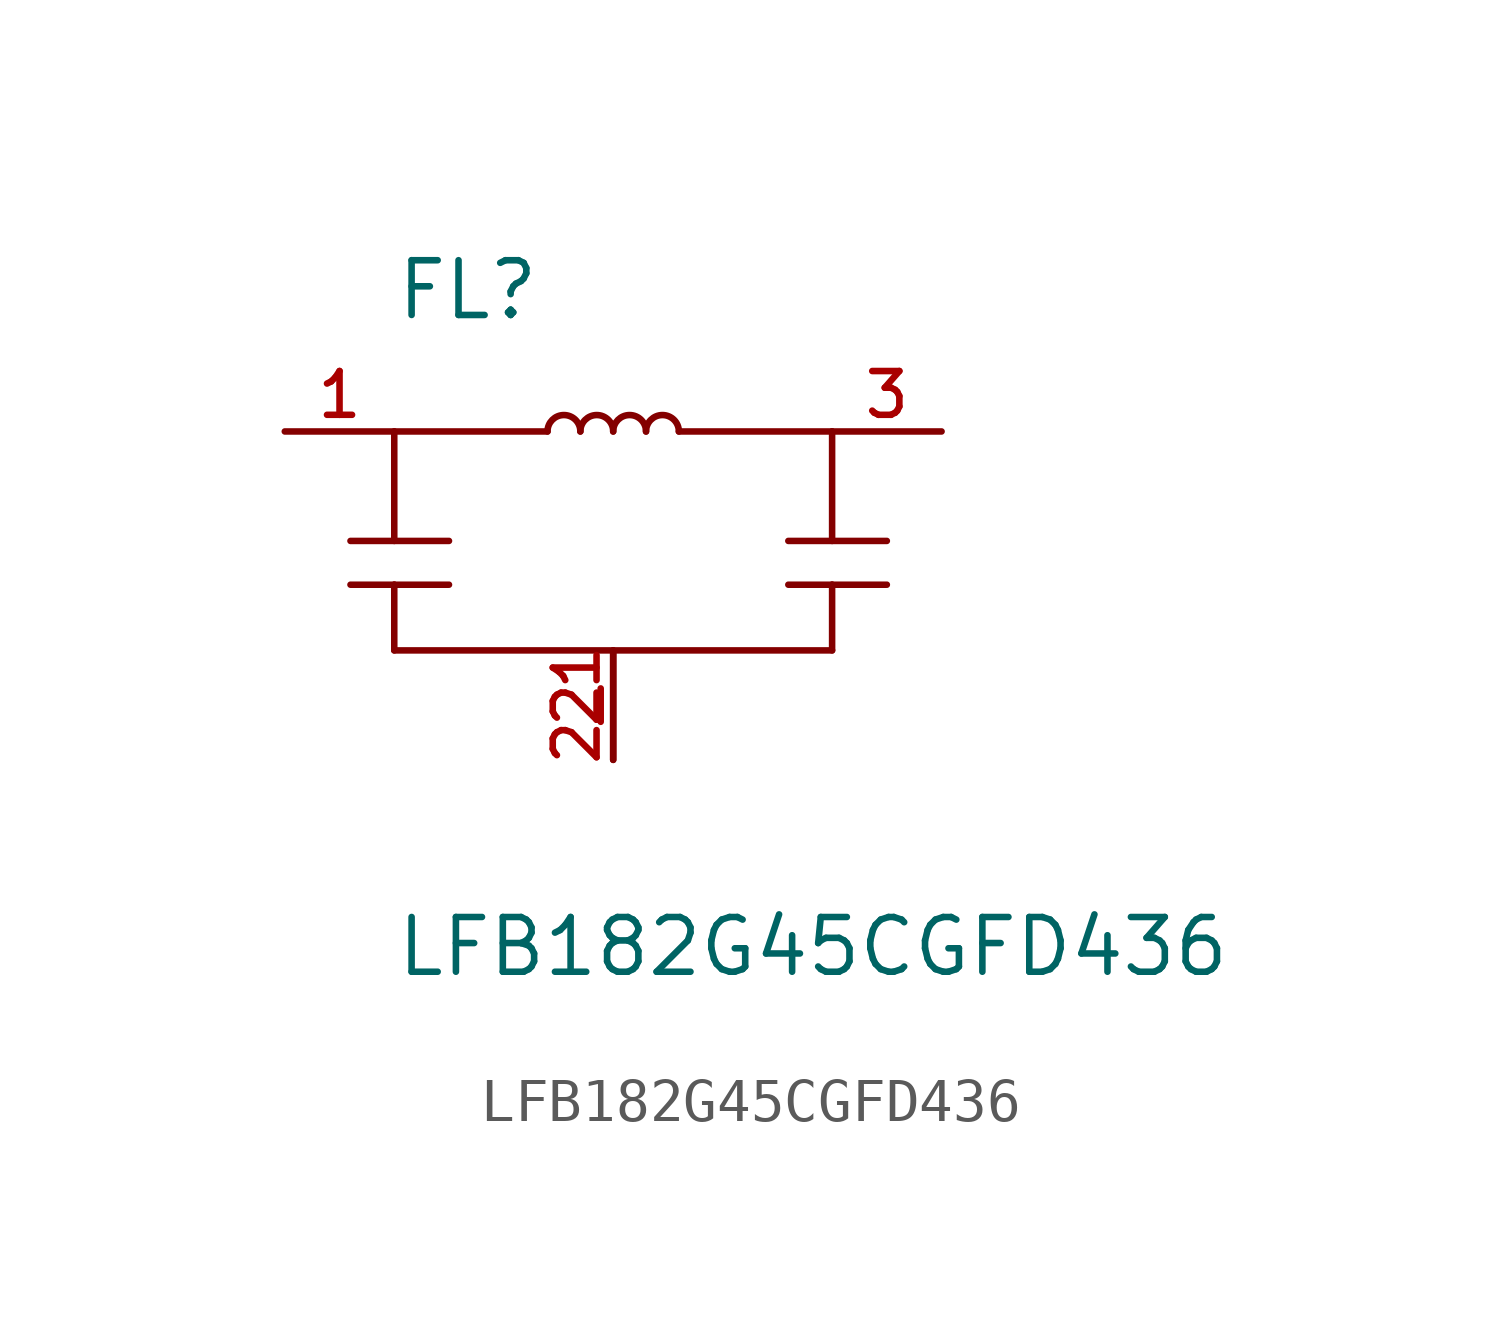
<source format=kicad_sym>
(kicad_symbol_lib
  (version 20211014)
  (generator kicad_symbol_editor)
  (symbol "LFB182G45CGFD436"
    (pin_names
      (offset 1.016) hide)
    (property "Reference" "FL"
      (at -5.08 5.08 0)
      (effects (font (size 1.27 1.27)) (justify left bottom)))
    (property "Value" "LFB182G45CGFD436"
      (at -5.08 -10.16 0)
      (effects (font (size 1.27 1.27)) (justify left bottom)))
    (symbol "LFB182G45CGFD436_0_0"
      (arc (start -0.762 2.54) (mid -1.143 2.921) (end -1.524 2.54) (stroke (width 0.1524) (type default) (color 0 0 0 0)) (fill (type none)))
      (polyline (pts (xy -6.096 -1.016) (xy -5.08 -1.016)) (stroke (width 0.152) (type default) (color 0 0 0 0)) (fill (type none)))
      (polyline (pts (xy -6.096 0) (xy -3.81 0)) (stroke (width 0.152) (type default) (color 0 0 0 0)) (fill (type none)))
      (polyline (pts (xy -5.08 -1.016) (xy -5.08 -2.54)) (stroke (width 0.152) (type default) (color 0 0 0 0)) (fill (type none)))
      (polyline (pts (xy -5.08 -1.016) (xy -3.81 -1.016)) (stroke (width 0.152) (type default) (color 0 0 0 0)) (fill (type none)))
      (polyline (pts (xy -5.08 2.54) (xy -5.08 0)) (stroke (width 0.152) (type default) (color 0 0 0 0)) (fill (type none)))
      (polyline (pts (xy -1.524 2.54) (xy -5.08 2.54)) (stroke (width 0.152) (type default) (color 0 0 0 0)) (fill (type none)))
      (polyline (pts (xy 1.524 2.54) (xy 5.08 2.54)) (stroke (width 0.152) (type default) (color 0 0 0 0)) (fill (type none)))
      (polyline (pts (xy 4.064 -1.016) (xy 5.08 -1.016)) (stroke (width 0.152) (type default) (color 0 0 0 0)) (fill (type none)))
      (polyline (pts (xy 4.064 0) (xy 6.35 0)) (stroke (width 0.152) (type default) (color 0 0 0 0)) (fill (type none)))
      (polyline (pts (xy 5.08 -2.54) (xy -5.08 -2.54)) (stroke (width 0.152) (type default) (color 0 0 0 0)) (fill (type none)))
      (polyline (pts (xy 5.08 -1.016) (xy 5.08 -2.54)) (stroke (width 0.152) (type default) (color 0 0 0 0)) (fill (type none)))
      (polyline (pts (xy 5.08 -1.016) (xy 6.35 -1.016)) (stroke (width 0.152) (type default) (color 0 0 0 0)) (fill (type none)))
      (polyline (pts (xy 5.08 2.54) (xy 5.08 0)) (stroke (width 0.152) (type default) (color 0 0 0 0)) (fill (type none)))
      (arc (start 0 2.54) (mid -0.381 2.921) (end -0.762 2.54) (stroke (width 0.1524) (type default) (color 0 0 0 0)) (fill (type none)))
      (arc (start 0.762 2.54) (mid 0.381 2.921) (end 0 2.54) (stroke (width 0.1524) (type default) (color 0 0 0 0)) (fill (type none)))
      (arc (start 1.524 2.54) (mid 1.143 2.921) (end 0.762 2.54) (stroke (width 0.1524) (type default) (color 0 0 0 0)) (fill (type none)))
      (pin input line (at -7.62 2.54 0) (length 2.54) (name "~" (effects (font (size 1.016 1.016)))) (number "1" (effects (font (size 1.016 1.016)))))
      (pin power_in line (at 0 -5.08 90) (length 2.54) (name "~" (effects (font (size 1.016 1.016)))) (number "2" (effects (font (size 1.016 1.016)))))
      (pin power_in line (at 0 -5.08 90) (length 2.54) (name "~" (effects (font (size 1.016 1.016)))) (number "2_1" (effects (font (size 1.016 1.016)))))
      (pin output line (at 7.62 2.54 180) (length 2.54) (name "~" (effects (font (size 1.016 1.016)))) (number "3" (effects (font (size 1.016 1.016))))))))
</source>
